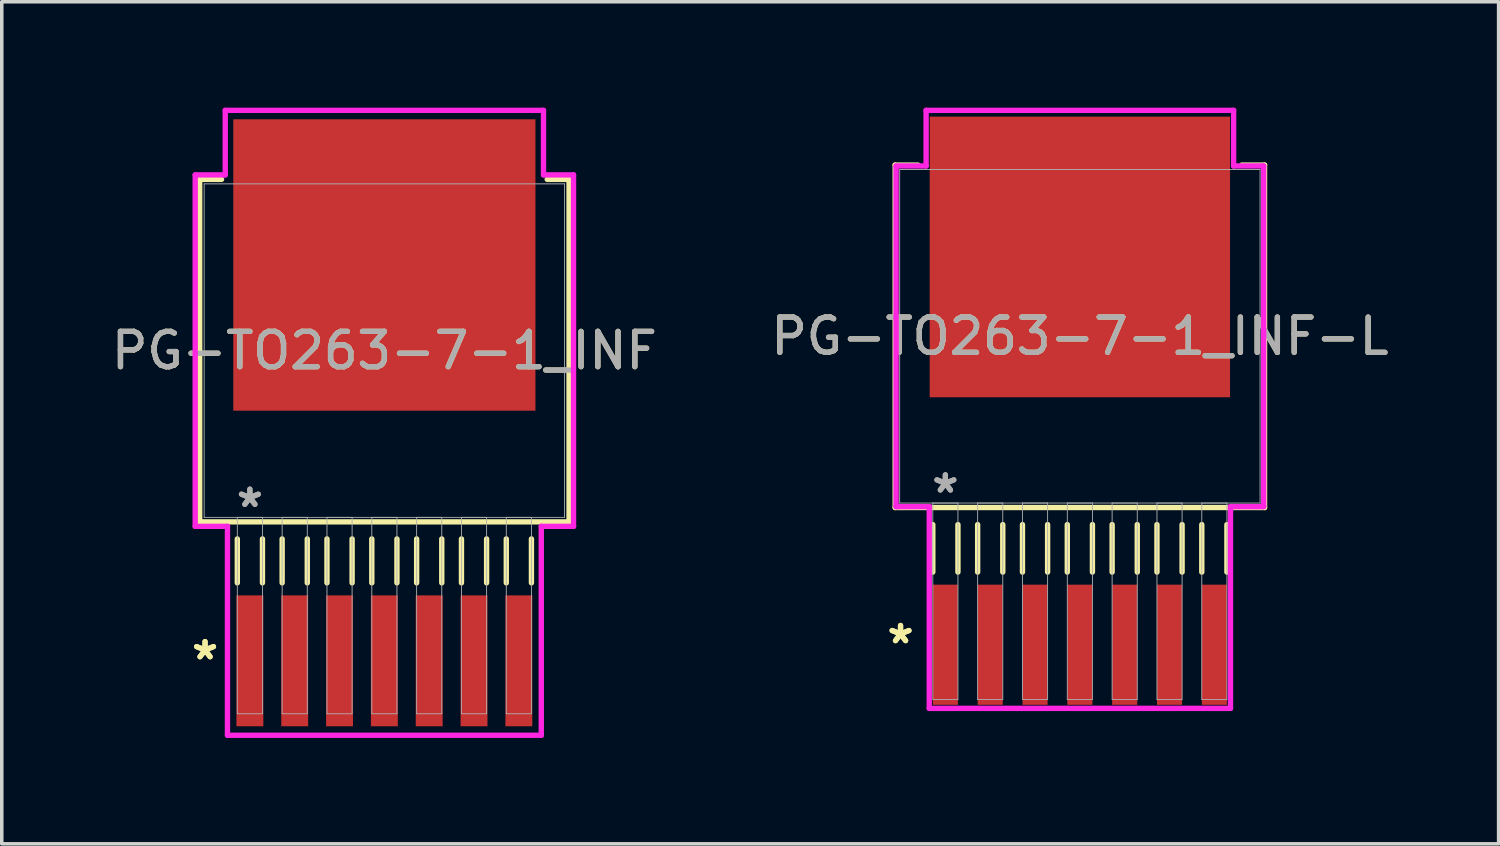
<source format=kicad_pcb>
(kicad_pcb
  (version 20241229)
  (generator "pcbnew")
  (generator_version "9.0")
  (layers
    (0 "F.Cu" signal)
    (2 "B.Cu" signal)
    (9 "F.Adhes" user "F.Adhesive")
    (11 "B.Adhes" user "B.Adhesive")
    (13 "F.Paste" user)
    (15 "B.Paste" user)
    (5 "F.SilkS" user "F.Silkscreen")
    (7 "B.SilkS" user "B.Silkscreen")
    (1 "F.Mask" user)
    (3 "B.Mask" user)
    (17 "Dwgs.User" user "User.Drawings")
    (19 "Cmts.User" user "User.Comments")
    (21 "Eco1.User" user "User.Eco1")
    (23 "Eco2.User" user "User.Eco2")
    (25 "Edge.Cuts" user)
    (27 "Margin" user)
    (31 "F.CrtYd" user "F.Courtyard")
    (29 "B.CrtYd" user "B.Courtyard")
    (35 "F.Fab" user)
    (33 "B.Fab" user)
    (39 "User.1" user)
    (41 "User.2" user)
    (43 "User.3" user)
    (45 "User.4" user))
  (footprint "PG-TO263-7-1_INF-L"
    (layer "F.Cu")
    (at 27.542 6.477)
    (property "Reference" "PG-TO263-7-1_INF-L" (at 0 0 0) (unlocked yes) (layer "F.SilkS") (effects (font (size 1 1) (thickness 0.15))))
    (attr smd)
    (fp_line (start -5.232 -4.851) (end -5.232 4.851) (stroke (width 0.152) (type solid)) (layer "F.SilkS"))
    (fp_line (start -5.232 4.851) (end 5.232 4.851) (stroke (width 0.152) (type solid)) (layer "F.SilkS"))
    (fp_line (start -4.587 -4.851) (end -5.232 -4.851) (stroke (width 0.152) (type solid)) (layer "F.SilkS"))
    (fp_line (start -4.166 5.334) (end -4.166 6.68) (stroke (width 0.152) (type solid)) (layer "F.SilkS"))
    (fp_line (start -3.454 5.334) (end -3.454 6.68) (stroke (width 0.152) (type solid)) (layer "F.SilkS"))
    (fp_line (start -2.896 5.334) (end -2.896 6.68) (stroke (width 0.152) (type solid)) (layer "F.SilkS"))
    (fp_line (start -2.184 5.334) (end -2.184 6.68) (stroke (width 0.152) (type solid)) (layer "F.SilkS"))
    (fp_line (start -1.626 5.334) (end -1.626 6.68) (stroke (width 0.152) (type solid)) (layer "F.SilkS"))
    (fp_line (start -0.914 5.334) (end -0.914 6.68) (stroke (width 0.152) (type solid)) (layer "F.SilkS"))
    (fp_line (start -0.356 5.334) (end -0.356 6.68) (stroke (width 0.152) (type solid)) (layer "F.SilkS"))
    (fp_line (start 0.356 5.334) (end 0.356 6.68) (stroke (width 0.152) (type solid)) (layer "F.SilkS"))
    (fp_line (start 0.914 5.334) (end 0.914 6.68) (stroke (width 0.152) (type solid)) (layer "F.SilkS"))
    (fp_line (start 1.626 5.334) (end 1.626 6.68) (stroke (width 0.152) (type solid)) (layer "F.SilkS"))
    (fp_line (start 2.184 5.334) (end 2.184 6.68) (stroke (width 0.152) (type solid)) (layer "F.SilkS"))
    (fp_line (start 2.896 5.334) (end 2.896 6.68) (stroke (width 0.152) (type solid)) (layer "F.SilkS"))
    (fp_line (start 3.454 5.334) (end 3.454 6.68) (stroke (width 0.152) (type solid)) (layer "F.SilkS"))
    (fp_line (start 4.166 5.334) (end 4.166 6.68) (stroke (width 0.152) (type solid)) (layer "F.SilkS"))
    (fp_line (start 5.232 -4.851) (end 4.587 -4.851) (stroke (width 0.152) (type solid)) (layer "F.SilkS"))
    (fp_line (start 5.232 4.851) (end 5.232 -4.851) (stroke (width 0.152) (type solid)) (layer "F.SilkS"))
    (fp_line (start -5.207 -4.826) (end -4.356 -4.826) (stroke (width 0.152) (type solid)) (layer "F.CrtYd"))
    (fp_line (start -5.207 4.826) (end -5.207 -4.826) (stroke (width 0.152) (type solid)) (layer "F.CrtYd"))
    (fp_line (start -4.356 -6.401) (end 4.356 -6.401) (stroke (width 0.152) (type solid)) (layer "F.CrtYd"))
    (fp_line (start -4.356 -4.826) (end -4.356 -6.401) (stroke (width 0.152) (type solid)) (layer "F.CrtYd"))
    (fp_line (start -4.267 4.826) (end -5.207 4.826) (stroke (width 0.152) (type solid)) (layer "F.CrtYd"))
    (fp_line (start -4.267 10.541) (end -4.267 4.826) (stroke (width 0.152) (type solid)) (layer "F.CrtYd"))
    (fp_line (start 4.267 4.826) (end 4.267 10.541) (stroke (width 0.152) (type solid)) (layer "F.CrtYd"))
    (fp_line (start 4.267 10.541) (end -4.267 10.541) (stroke (width 0.152) (type solid)) (layer "F.CrtYd"))
    (fp_line (start 4.356 -6.401) (end 4.356 -4.826) (stroke (width 0.152) (type solid)) (layer "F.CrtYd"))
    (fp_line (start 4.356 -4.826) (end 5.207 -4.826) (stroke (width 0.152) (type solid)) (layer "F.CrtYd"))
    (fp_line (start 5.207 -4.826) (end 5.207 4.826) (stroke (width 0.152) (type solid)) (layer "F.CrtYd"))
    (fp_line (start 5.207 4.826) (end 4.267 4.826) (stroke (width 0.152) (type solid)) (layer "F.CrtYd"))
    (fp_line (start -5.105 -4.724) (end -5.105 4.724) (stroke (width 0.025) (type solid)) (layer "F.Fab"))
    (fp_line (start -5.105 4.724) (end 5.105 4.724) (stroke (width 0.025) (type solid)) (layer "F.Fab"))
    (fp_line (start -4.166 4.724) (end -4.166 10.287) (stroke (width 0.025) (type solid)) (layer "F.Fab"))
    (fp_line (start -4.166 10.287) (end -3.454 10.287) (stroke (width 0.025) (type solid)) (layer "F.Fab"))
    (fp_line (start -3.454 4.724) (end -4.166 4.724) (stroke (width 0.025) (type solid)) (layer "F.Fab"))
    (fp_line (start -3.454 10.287) (end -3.454 4.724) (stroke (width 0.025) (type solid)) (layer "F.Fab"))
    (fp_line (start -2.896 4.724) (end -2.896 10.287) (stroke (width 0.025) (type solid)) (layer "F.Fab"))
    (fp_line (start -2.896 10.287) (end -2.184 10.287) (stroke (width 0.025) (type solid)) (layer "F.Fab"))
    (fp_line (start -2.184 4.724) (end -2.896 4.724) (stroke (width 0.025) (type solid)) (layer "F.Fab"))
    (fp_line (start -2.184 10.287) (end -2.184 4.724) (stroke (width 0.025) (type solid)) (layer "F.Fab"))
    (fp_line (start -1.626 4.724) (end -1.626 10.287) (stroke (width 0.025) (type solid)) (layer "F.Fab"))
    (fp_line (start -1.626 10.287) (end -0.914 10.287) (stroke (width 0.025) (type solid)) (layer "F.Fab"))
    (fp_line (start -0.914 4.724) (end -1.626 4.724) (stroke (width 0.025) (type solid)) (layer "F.Fab"))
    (fp_line (start -0.914 10.287) (end -0.914 4.724) (stroke (width 0.025) (type solid)) (layer "F.Fab"))
    (fp_line (start -0.356 4.724) (end -0.356 10.287) (stroke (width 0.025) (type solid)) (layer "F.Fab"))
    (fp_line (start -0.356 10.287) (end 0.356 10.287) (stroke (width 0.025) (type solid)) (layer "F.Fab"))
    (fp_line (start 0.356 4.724) (end -0.356 4.724) (stroke (width 0.025) (type solid)) (layer "F.Fab"))
    (fp_line (start 0.356 10.287) (end 0.356 4.724) (stroke (width 0.025) (type solid)) (layer "F.Fab"))
    (fp_line (start 0.914 4.724) (end 0.914 10.287) (stroke (width 0.025) (type solid)) (layer "F.Fab"))
    (fp_line (start 0.914 10.287) (end 1.626 10.287) (stroke (width 0.025) (type solid)) (layer "F.Fab"))
    (fp_line (start 1.626 4.724) (end 0.914 4.724) (stroke (width 0.025) (type solid)) (layer "F.Fab"))
    (fp_line (start 1.626 10.287) (end 1.626 4.724) (stroke (width 0.025) (type solid)) (layer "F.Fab"))
    (fp_line (start 2.184 4.724) (end 2.184 10.287) (stroke (width 0.025) (type solid)) (layer "F.Fab"))
    (fp_line (start 2.184 10.287) (end 2.896 10.287) (stroke (width 0.025) (type solid)) (layer "F.Fab"))
    (fp_line (start 2.896 4.724) (end 2.184 4.724) (stroke (width 0.025) (type solid)) (layer "F.Fab"))
    (fp_line (start 2.896 10.287) (end 2.896 4.724) (stroke (width 0.025) (type solid)) (layer "F.Fab"))
    (fp_line (start 3.454 4.724) (end 3.454 10.287) (stroke (width 0.025) (type solid)) (layer "F.Fab"))
    (fp_line (start 3.454 10.287) (end 4.166 10.287) (stroke (width 0.025) (type solid)) (layer "F.Fab"))
    (fp_line (start 4.166 4.724) (end 3.454 4.724) (stroke (width 0.025) (type solid)) (layer "F.Fab"))
    (fp_line (start 4.166 10.287) (end 4.166 4.724) (stroke (width 0.025) (type solid)) (layer "F.Fab"))
    (fp_line (start 5.105 -4.724) (end -5.105 -4.724) (stroke (width 0.025) (type solid)) (layer "F.Fab"))
    (fp_line (start 5.105 4.724) (end 5.105 -4.724) (stroke (width 0.025) (type solid)) (layer "F.Fab"))
    (fp_text user "*" (at -5.08 8.738 0) (layer "F.SilkS") (effects (font (size 1 1) (thickness 0.15))))
    (fp_text user "*" (at -5.08 8.738 0) (unlocked yes) (layer "F.SilkS") (effects (font (size 1 1) (thickness 0.15))))
    (fp_text user "*" (at -3.81 4.47 0) (unlocked yes) (layer "F.Fab") (effects (font (size 1 1) (thickness 0.15))))
    (fp_text user "${REFERENCE}" (at 0 0 0) (unlocked yes) (layer "F.Fab") (effects (font (size 1 1) (thickness 0.15))))
    (fp_text user "*" (at -3.81 4.47 0) (layer "F.Fab") (effects (font (size 1 1) (thickness 0.15))))
    (pad "1" smd rect (at -3.81 8.738) (size 0.711 3.404) (layers "F.Cu" "F.Mask" "F.Paste"))
    (pad "2" smd rect (at -2.54 8.738) (size 0.711 3.404) (layers "F.Cu" "F.Mask" "F.Paste"))
    (pad "3" smd rect (at -1.27 8.738) (size 0.711 3.404) (layers "F.Cu" "F.Mask" "F.Paste"))
    (pad "4" smd rect (at 0 8.738) (size 0.711 3.404) (layers "F.Cu" "F.Mask" "F.Paste"))
    (pad "5" smd rect (at 1.27 8.738) (size 0.711 3.404) (layers "F.Cu" "F.Mask" "F.Paste"))
    (pad "6" smd rect (at 2.54 8.738) (size 0.711 3.404) (layers "F.Cu" "F.Mask" "F.Paste"))
    (pad "7" smd rect (at 3.81 8.738) (size 0.711 3.404) (layers "F.Cu" "F.Mask" "F.Paste"))
    (pad "8" smd rect (at 0 -2.248) (size 8.509 7.95) (layers "F.Cu" "F.Mask" "F.Paste")))
  (footprint "PG-TO263-7-1_INF"
    (layer "F.Cu")
    (at 7.839 6.883)
    (property "Reference" "PG-TO263-7-1_INF" (at 0 0 0) (unlocked yes) (layer "F.SilkS") (effects (font (size 1 1) (thickness 0.15))))
    (attr smd)
    (fp_line (start -5.232 -4.851) (end -5.232 4.851) (stroke (width 0.152) (type solid)) (layer "F.SilkS"))
    (fp_line (start -5.232 4.851) (end 5.232 4.851) (stroke (width 0.152) (type solid)) (layer "F.SilkS"))
    (fp_line (start -4.613 -4.851) (end -5.232 -4.851) (stroke (width 0.152) (type solid)) (layer "F.SilkS"))
    (fp_line (start -4.166 5.334) (end -4.166 6.579) (stroke (width 0.152) (type solid)) (layer "F.SilkS"))
    (fp_line (start -3.454 5.334) (end -3.454 6.579) (stroke (width 0.152) (type solid)) (layer "F.SilkS"))
    (fp_line (start -2.896 5.334) (end -2.896 6.579) (stroke (width 0.152) (type solid)) (layer "F.SilkS"))
    (fp_line (start -2.184 5.334) (end -2.184 6.579) (stroke (width 0.152) (type solid)) (layer "F.SilkS"))
    (fp_line (start -1.626 5.334) (end -1.626 6.579) (stroke (width 0.152) (type solid)) (layer "F.SilkS"))
    (fp_line (start -0.914 5.334) (end -0.914 6.579) (stroke (width 0.152) (type solid)) (layer "F.SilkS"))
    (fp_line (start -0.356 5.334) (end -0.356 6.579) (stroke (width 0.152) (type solid)) (layer "F.SilkS"))
    (fp_line (start 0.356 5.334) (end 0.356 6.579) (stroke (width 0.152) (type solid)) (layer "F.SilkS"))
    (fp_line (start 0.914 5.334) (end 0.914 6.579) (stroke (width 0.152) (type solid)) (layer "F.SilkS"))
    (fp_line (start 1.626 5.334) (end 1.626 6.579) (stroke (width 0.152) (type solid)) (layer "F.SilkS"))
    (fp_line (start 2.184 5.334) (end 2.184 6.579) (stroke (width 0.152) (type solid)) (layer "F.SilkS"))
    (fp_line (start 2.896 5.334) (end 2.896 6.579) (stroke (width 0.152) (type solid)) (layer "F.SilkS"))
    (fp_line (start 3.454 5.334) (end 3.454 6.579) (stroke (width 0.152) (type solid)) (layer "F.SilkS"))
    (fp_line (start 4.166 5.334) (end 4.166 6.579) (stroke (width 0.152) (type solid)) (layer "F.SilkS"))
    (fp_line (start 5.232 -4.851) (end 4.613 -4.851) (stroke (width 0.152) (type solid)) (layer "F.SilkS"))
    (fp_line (start 5.232 4.851) (end 5.232 -4.851) (stroke (width 0.152) (type solid)) (layer "F.SilkS"))
    (fp_line (start -5.359 -4.978) (end -4.508 -4.978) (stroke (width 0.152) (type solid)) (layer "F.CrtYd"))
    (fp_line (start -5.359 4.978) (end -5.359 -4.978) (stroke (width 0.152) (type solid)) (layer "F.CrtYd"))
    (fp_line (start -4.508 -6.807) (end 4.508 -6.807) (stroke (width 0.152) (type solid)) (layer "F.CrtYd"))
    (fp_line (start -4.508 -4.978) (end -4.508 -6.807) (stroke (width 0.152) (type solid)) (layer "F.CrtYd"))
    (fp_line (start -4.445 4.978) (end -5.359 4.978) (stroke (width 0.152) (type solid)) (layer "F.CrtYd"))
    (fp_line (start -4.445 10.897) (end -4.445 4.978) (stroke (width 0.152) (type solid)) (layer "F.CrtYd"))
    (fp_line (start 4.445 4.978) (end 4.445 10.897) (stroke (width 0.152) (type solid)) (layer "F.CrtYd"))
    (fp_line (start 4.445 10.897) (end -4.445 10.897) (stroke (width 0.152) (type solid)) (layer "F.CrtYd"))
    (fp_line (start 4.508 -6.807) (end 4.508 -4.978) (stroke (width 0.152) (type solid)) (layer "F.CrtYd"))
    (fp_line (start 4.508 -4.978) (end 5.359 -4.978) (stroke (width 0.152) (type solid)) (layer "F.CrtYd"))
    (fp_line (start 5.359 -4.978) (end 5.359 4.978) (stroke (width 0.152) (type solid)) (layer "F.CrtYd"))
    (fp_line (start 5.359 4.978) (end 4.445 4.978) (stroke (width 0.152) (type solid)) (layer "F.CrtYd"))
    (fp_line (start -5.105 -4.724) (end -5.105 4.724) (stroke (width 0.025) (type solid)) (layer "F.Fab"))
    (fp_line (start -5.105 4.724) (end 5.105 4.724) (stroke (width 0.025) (type solid)) (layer "F.Fab"))
    (fp_line (start -4.166 4.724) (end -4.166 10.287) (stroke (width 0.025) (type solid)) (layer "F.Fab"))
    (fp_line (start -4.166 10.287) (end -3.454 10.287) (stroke (width 0.025) (type solid)) (layer "F.Fab"))
    (fp_line (start -3.454 4.724) (end -4.166 4.724) (stroke (width 0.025) (type solid)) (layer "F.Fab"))
    (fp_line (start -3.454 10.287) (end -3.454 4.724) (stroke (width 0.025) (type solid)) (layer "F.Fab"))
    (fp_line (start -2.896 4.724) (end -2.896 10.287) (stroke (width 0.025) (type solid)) (layer "F.Fab"))
    (fp_line (start -2.896 10.287) (end -2.184 10.287) (stroke (width 0.025) (type solid)) (layer "F.Fab"))
    (fp_line (start -2.184 4.724) (end -2.896 4.724) (stroke (width 0.025) (type solid)) (layer "F.Fab"))
    (fp_line (start -2.184 10.287) (end -2.184 4.724) (stroke (width 0.025) (type solid)) (layer "F.Fab"))
    (fp_line (start -1.626 4.724) (end -1.626 10.287) (stroke (width 0.025) (type solid)) (layer "F.Fab"))
    (fp_line (start -1.626 10.287) (end -0.914 10.287) (stroke (width 0.025) (type solid)) (layer "F.Fab"))
    (fp_line (start -0.914 4.724) (end -1.626 4.724) (stroke (width 0.025) (type solid)) (layer "F.Fab"))
    (fp_line (start -0.914 10.287) (end -0.914 4.724) (stroke (width 0.025) (type solid)) (layer "F.Fab"))
    (fp_line (start -0.356 4.724) (end -0.356 10.287) (stroke (width 0.025) (type solid)) (layer "F.Fab"))
    (fp_line (start -0.356 10.287) (end 0.356 10.287) (stroke (width 0.025) (type solid)) (layer "F.Fab"))
    (fp_line (start 0.356 4.724) (end -0.356 4.724) (stroke (width 0.025) (type solid)) (layer "F.Fab"))
    (fp_line (start 0.356 10.287) (end 0.356 4.724) (stroke (width 0.025) (type solid)) (layer "F.Fab"))
    (fp_line (start 0.914 4.724) (end 0.914 10.287) (stroke (width 0.025) (type solid)) (layer "F.Fab"))
    (fp_line (start 0.914 10.287) (end 1.626 10.287) (stroke (width 0.025) (type solid)) (layer "F.Fab"))
    (fp_line (start 1.626 4.724) (end 0.914 4.724) (stroke (width 0.025) (type solid)) (layer "F.Fab"))
    (fp_line (start 1.626 10.287) (end 1.626 4.724) (stroke (width 0.025) (type solid)) (layer "F.Fab"))
    (fp_line (start 2.184 4.724) (end 2.184 10.287) (stroke (width 0.025) (type solid)) (layer "F.Fab"))
    (fp_line (start 2.184 10.287) (end 2.896 10.287) (stroke (width 0.025) (type solid)) (layer "F.Fab"))
    (fp_line (start 2.896 4.724) (end 2.184 4.724) (stroke (width 0.025) (type solid)) (layer "F.Fab"))
    (fp_line (start 2.896 10.287) (end 2.896 4.724) (stroke (width 0.025) (type solid)) (layer "F.Fab"))
    (fp_line (start 3.454 4.724) (end 3.454 10.287) (stroke (width 0.025) (type solid)) (layer "F.Fab"))
    (fp_line (start 3.454 10.287) (end 4.166 10.287) (stroke (width 0.025) (type solid)) (layer "F.Fab"))
    (fp_line (start 4.166 4.724) (end 3.454 4.724) (stroke (width 0.025) (type solid)) (layer "F.Fab"))
    (fp_line (start 4.166 10.287) (end 4.166 4.724) (stroke (width 0.025) (type solid)) (layer "F.Fab"))
    (fp_line (start 5.105 -4.724) (end -5.105 -4.724) (stroke (width 0.025) (type solid)) (layer "F.Fab"))
    (fp_line (start 5.105 4.724) (end 5.105 -4.724) (stroke (width 0.025) (type solid)) (layer "F.Fab"))
    (fp_text user "*" (at -5.08 8.788 0) (layer "F.SilkS") (effects (font (size 1 1) (thickness 0.15))))
    (fp_text user "*" (at -5.08 8.788 0) (unlocked yes) (layer "F.SilkS") (effects (font (size 1 1) (thickness 0.15))))
    (fp_text user "*" (at -3.81 4.47 0) (unlocked yes) (layer "F.Fab") (effects (font (size 1 1) (thickness 0.15))))
    (fp_text user "*" (at -3.81 4.47 0) (layer "F.Fab") (effects (font (size 1 1) (thickness 0.15))))
    (fp_text user "${REFERENCE}" (at 0 0 0) (unlocked yes) (layer "F.Fab") (effects (font (size 1 1) (thickness 0.15))))
    (pad "1" smd rect (at -3.81 8.788) (size 0.762 3.708) (layers "F.Cu" "F.Mask" "F.Paste"))
    (pad "2" smd rect (at -2.54 8.788) (size 0.762 3.708) (layers "F.Cu" "F.Mask" "F.Paste"))
    (pad "3" smd rect (at -1.27 8.788) (size 0.762 3.708) (layers "F.Cu" "F.Mask" "F.Paste"))
    (pad "4" smd rect (at 0 8.788) (size 0.762 3.708) (layers "F.Cu" "F.Mask" "F.Paste"))
    (pad "5" smd rect (at 1.27 8.788) (size 0.762 3.708) (layers "F.Cu" "F.Mask" "F.Paste"))
    (pad "6" smd rect (at 2.54 8.788) (size 0.762 3.708) (layers "F.Cu" "F.Mask" "F.Paste"))
    (pad "7" smd rect (at 3.81 8.788) (size 0.762 3.708) (layers "F.Cu" "F.Mask" "F.Paste"))
    (pad "8" smd rect (at 0 -2.426) (size 8.56 8.255) (layers "F.Cu" "F.Mask" "F.Paste")))
  (gr_rect
    (start -3 -3)
    (end 39.405 20.856)
    (stroke (width 0.1) (type default))
    (fill no)
    (layer "Edge.Cuts")))
</source>
